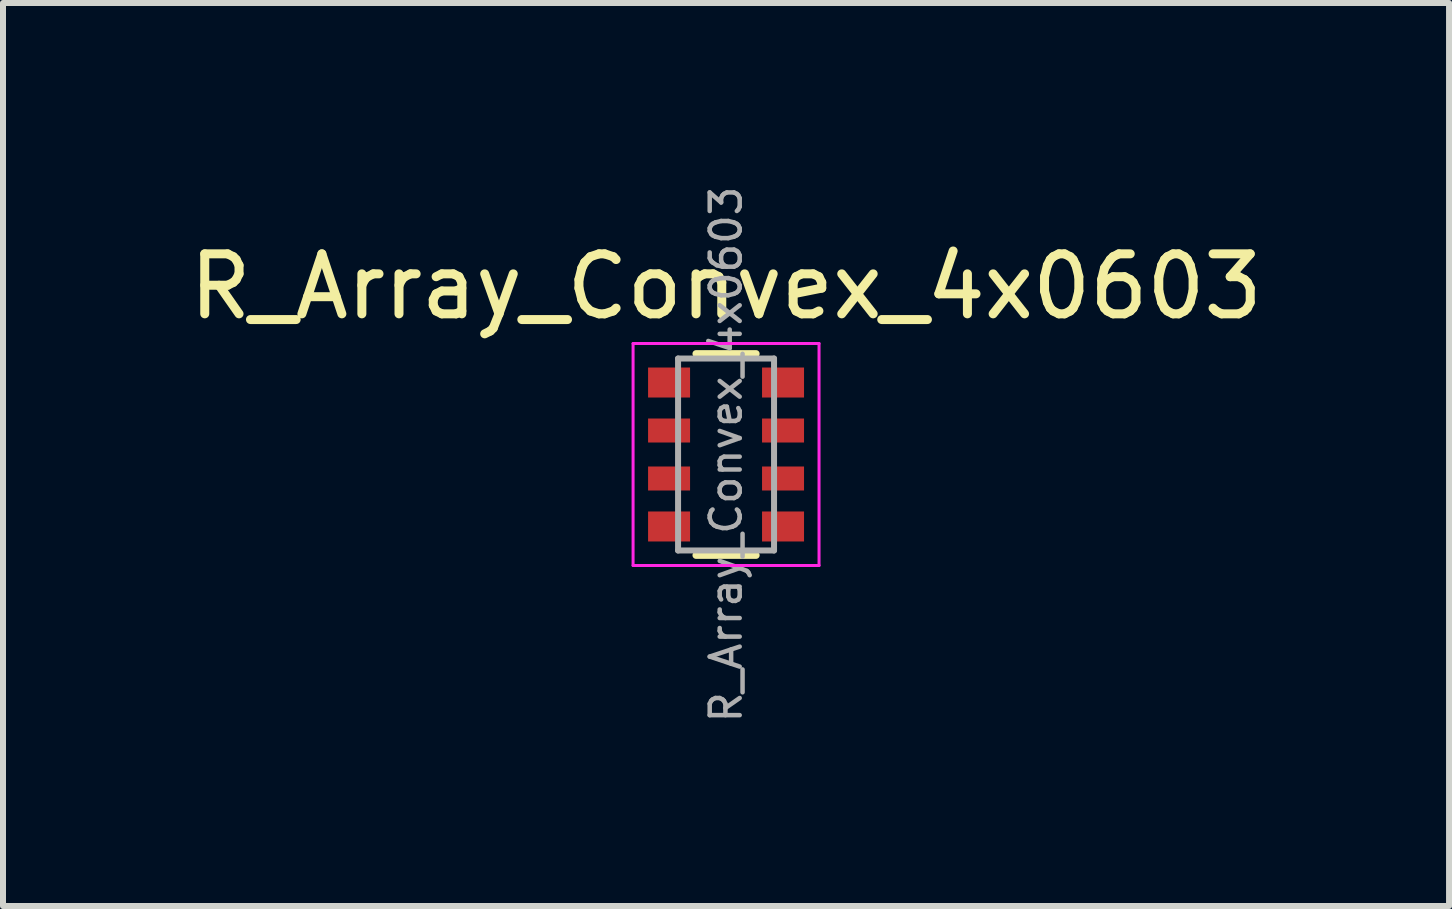
<source format=kicad_pcb>
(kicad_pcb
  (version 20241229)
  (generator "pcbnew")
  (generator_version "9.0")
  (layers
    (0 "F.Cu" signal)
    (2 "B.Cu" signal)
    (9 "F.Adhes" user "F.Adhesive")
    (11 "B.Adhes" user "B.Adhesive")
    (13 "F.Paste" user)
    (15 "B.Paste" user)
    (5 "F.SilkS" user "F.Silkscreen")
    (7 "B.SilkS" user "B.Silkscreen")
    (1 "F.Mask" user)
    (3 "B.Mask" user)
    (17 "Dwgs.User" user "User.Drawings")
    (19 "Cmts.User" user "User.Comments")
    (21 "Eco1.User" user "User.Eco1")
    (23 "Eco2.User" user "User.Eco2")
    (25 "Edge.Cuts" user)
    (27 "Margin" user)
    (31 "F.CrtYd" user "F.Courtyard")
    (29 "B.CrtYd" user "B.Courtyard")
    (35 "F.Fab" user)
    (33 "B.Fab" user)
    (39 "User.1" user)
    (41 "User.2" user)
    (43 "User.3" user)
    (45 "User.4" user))
  (footprint "R_Array_Convex_4x0603"
    (layer "F.Cu")
    (at 9.054 4.527)
    (property "Reference" "R_Array_Convex_4x0603" (at 0 -2.8 0) (layer "F.SilkS") (effects (font (size 1 1) (thickness 0.15))))
    (attr smd)
    (fp_line (start 0.5 -1.68) (end -0.5 -1.68) (stroke (width 0.12) (type solid)) (layer "F.SilkS"))
    (fp_line (start 0.5 1.68) (end -0.5 1.68) (stroke (width 0.12) (type solid)) (layer "F.SilkS"))
    (fp_line (start -1.55 -1.85) (end -1.55 1.85) (stroke (width 0.05) (type solid)) (layer "F.CrtYd"))
    (fp_line (start -1.55 -1.85) (end 1.55 -1.85) (stroke (width 0.05) (type solid)) (layer "F.CrtYd"))
    (fp_line (start 1.55 1.85) (end -1.55 1.85) (stroke (width 0.05) (type solid)) (layer "F.CrtYd"))
    (fp_line (start 1.55 1.85) (end 1.55 -1.85) (stroke (width 0.05) (type solid)) (layer "F.CrtYd"))
    (fp_line (start -0.8 -1.6) (end 0.8 -1.6) (stroke (width 0.1) (type solid)) (layer "F.Fab"))
    (fp_line (start -0.8 1.6) (end -0.8 -1.6) (stroke (width 0.1) (type solid)) (layer "F.Fab"))
    (fp_line (start 0.8 -1.6) (end 0.8 1.6) (stroke (width 0.1) (type solid)) (layer "F.Fab"))
    (fp_line (start 0.8 1.6) (end -0.8 1.6) (stroke (width 0.1) (type solid)) (layer "F.Fab"))
    (fp_text user "${REFERENCE}" (at 0 0 90) (layer "F.Fab") (effects (font (size 0.5 0.5) (thickness 0.075))))
    (pad "1" smd rect (at -0.95 -1.2) (size 0.7 0.5) (layers "F.Cu" "F.Mask" "F.Paste"))
    (pad "2" smd rect (at -0.95 -0.4) (size 0.7 0.4) (layers "F.Cu" "F.Mask" "F.Paste"))
    (pad "3" smd rect (at -0.95 0.4) (size 0.7 0.4) (layers "F.Cu" "F.Mask" "F.Paste"))
    (pad "4" smd rect (at -0.95 1.2) (size 0.7 0.5) (layers "F.Cu" "F.Mask" "F.Paste"))
    (pad "5" smd rect (at 0.95 1.2) (size 0.7 0.5) (layers "F.Cu" "F.Mask" "F.Paste"))
    (pad "6" smd rect (at 0.95 0.4) (size 0.7 0.4) (layers "F.Cu" "F.Mask" "F.Paste"))
    (pad "7" smd rect (at 0.95 -0.4) (size 0.7 0.4) (layers "F.Cu" "F.Mask" "F.Paste"))
    (pad "8" smd rect (at 0.95 -1.2) (size 0.7 0.5) (layers "F.Cu" "F.Mask" "F.Paste")))
  (gr_rect
    (start -3 -3)
    (end 21.107 12.054)
    (stroke (width 0.1) (type default))
    (fill no)
    (layer "Edge.Cuts")))
</source>
